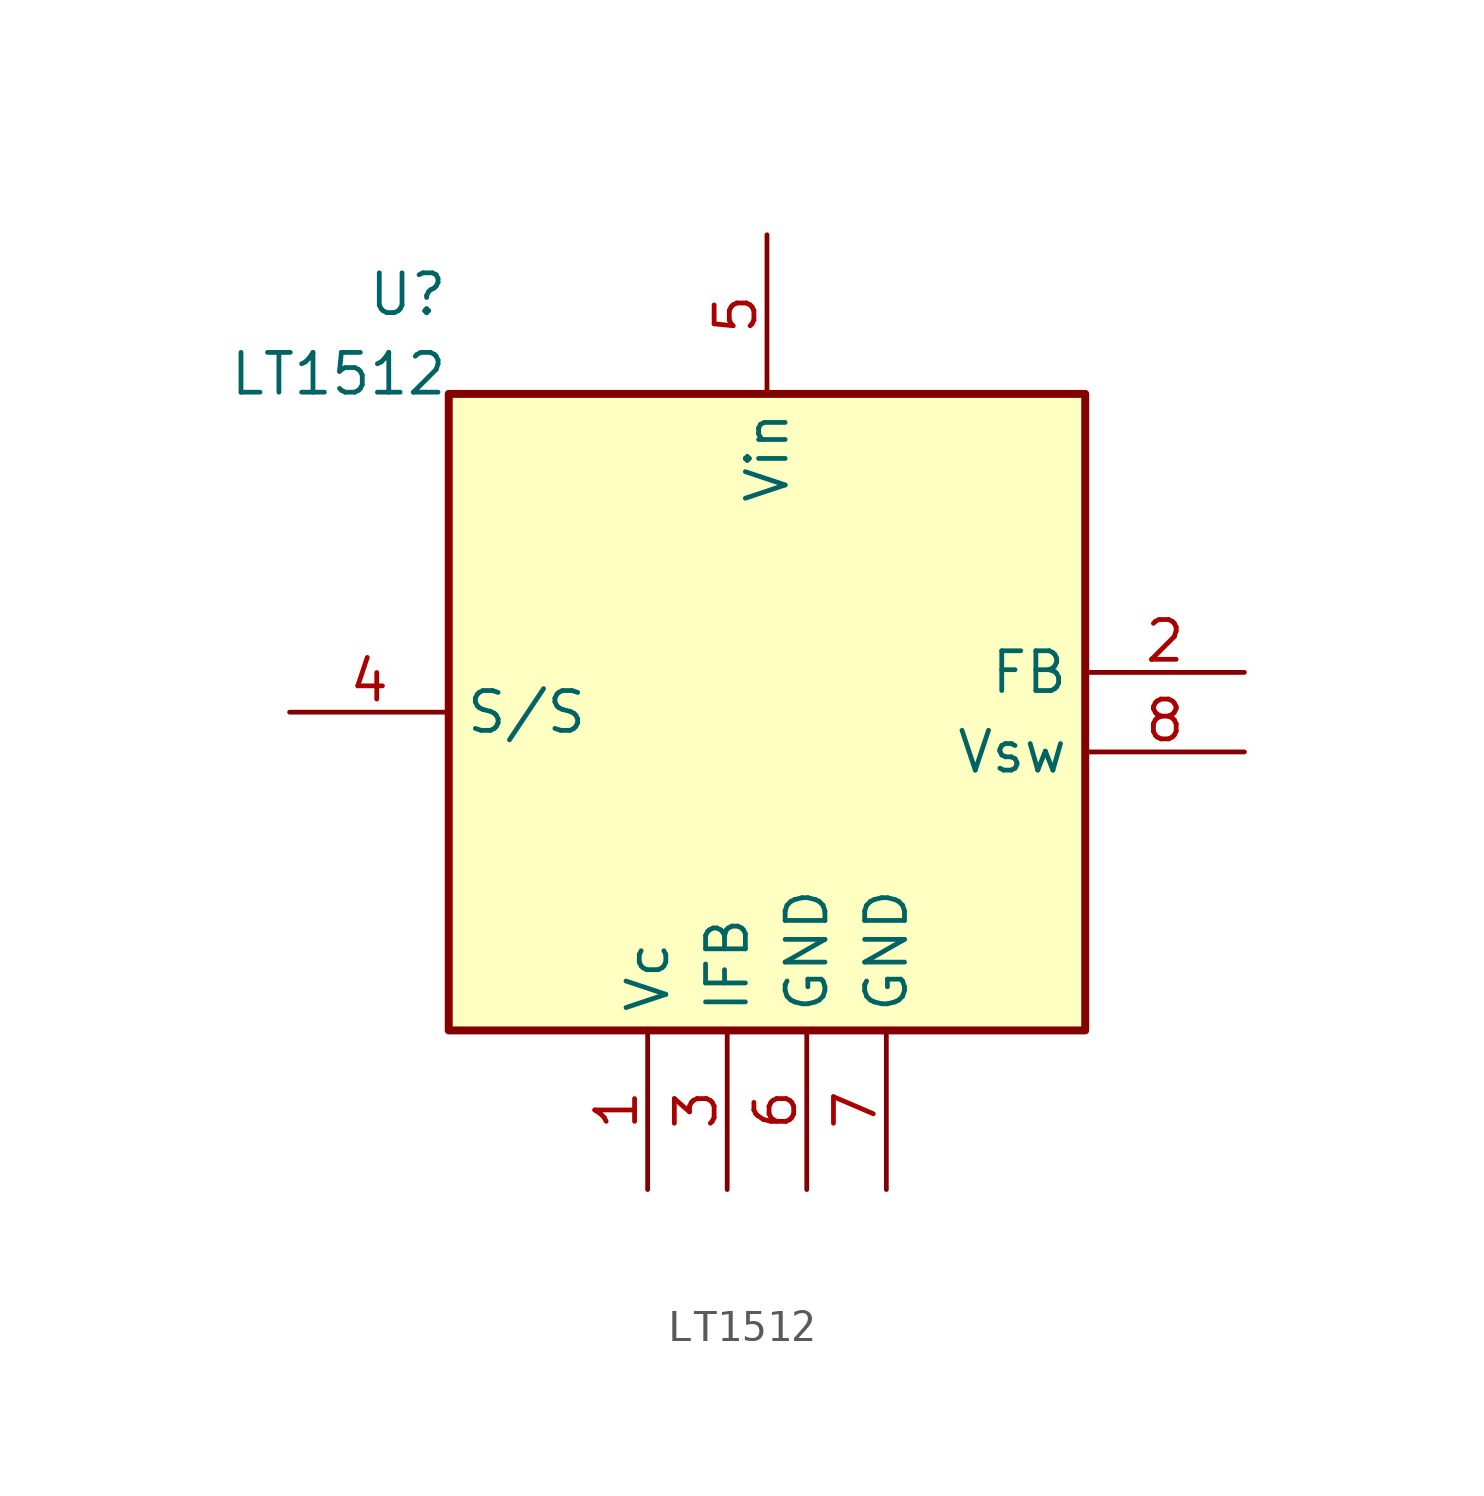
<source format=kicad_sym>
(kicad_symbol_lib
  (version 20241209)
  (generator "kicad_symbol_editor")
  (generator_version "8.0")
  (symbol "LT1512"
    (property "Reference" "U"
      (at -10.16 13.335 0)
      (effects (font (size 1.27 1.27)) (justify right) (hide no)))
    (property "Value" "LT1512"
      (at -10.16 10.795 0)
      (effects (font (size 1.27 1.27)) (justify right) (hide no)))
    (symbol "LT1512_1_1"
      (rectangle (start -10.16 -10.16) (end 10.16 10.16) (stroke (width 0.254) (type solid)) (fill (type background)))
      (pin unspecified line (at -15.24 0.0 0) (length 5.08) (name "S/S" (effects (font (size 1.27 1.27)))) (number "4" (effects (font (size 1.27 1.27)))))
      (pin unspecified line (at 15.24 1.27 180) (length 5.08) (name "FB" (effects (font (size 1.27 1.27)))) (number "2" (effects (font (size 1.27 1.27)))))
      (pin unspecified line (at 15.24 -1.27 180) (length 5.08) (name "Vsw" (effects (font (size 1.27 1.27)))) (number "8" (effects (font (size 1.27 1.27)))))
      (pin power_in line (at 0.0 15.24 270) (length 5.08) (name "Vin" (effects (font (size 1.27 1.27)))) (number "5" (effects (font (size 1.27 1.27)))))
      (pin unspecified line (at -3.81 -15.24 90) (length 5.08) (name "Vc" (effects (font (size 1.27 1.27)))) (number "1" (effects (font (size 1.27 1.27)))))
      (pin unspecified line (at -1.27 -15.24 90) (length 5.08) (name "IFB" (effects (font (size 1.27 1.27)))) (number "3" (effects (font (size 1.27 1.27)))))
      (pin power_in line (at 1.27 -15.24 90) (length 5.08) (name "GND" (effects (font (size 1.27 1.27)))) (number "6" (effects (font (size 1.27 1.27)))) (alternate "S" power_in line))
      (pin power_in line (at 3.81 -15.24 90) (length 5.08) (name "GND" (effects (font (size 1.27 1.27)))) (number "7" (effects (font (size 1.27 1.27))))))))
</source>
